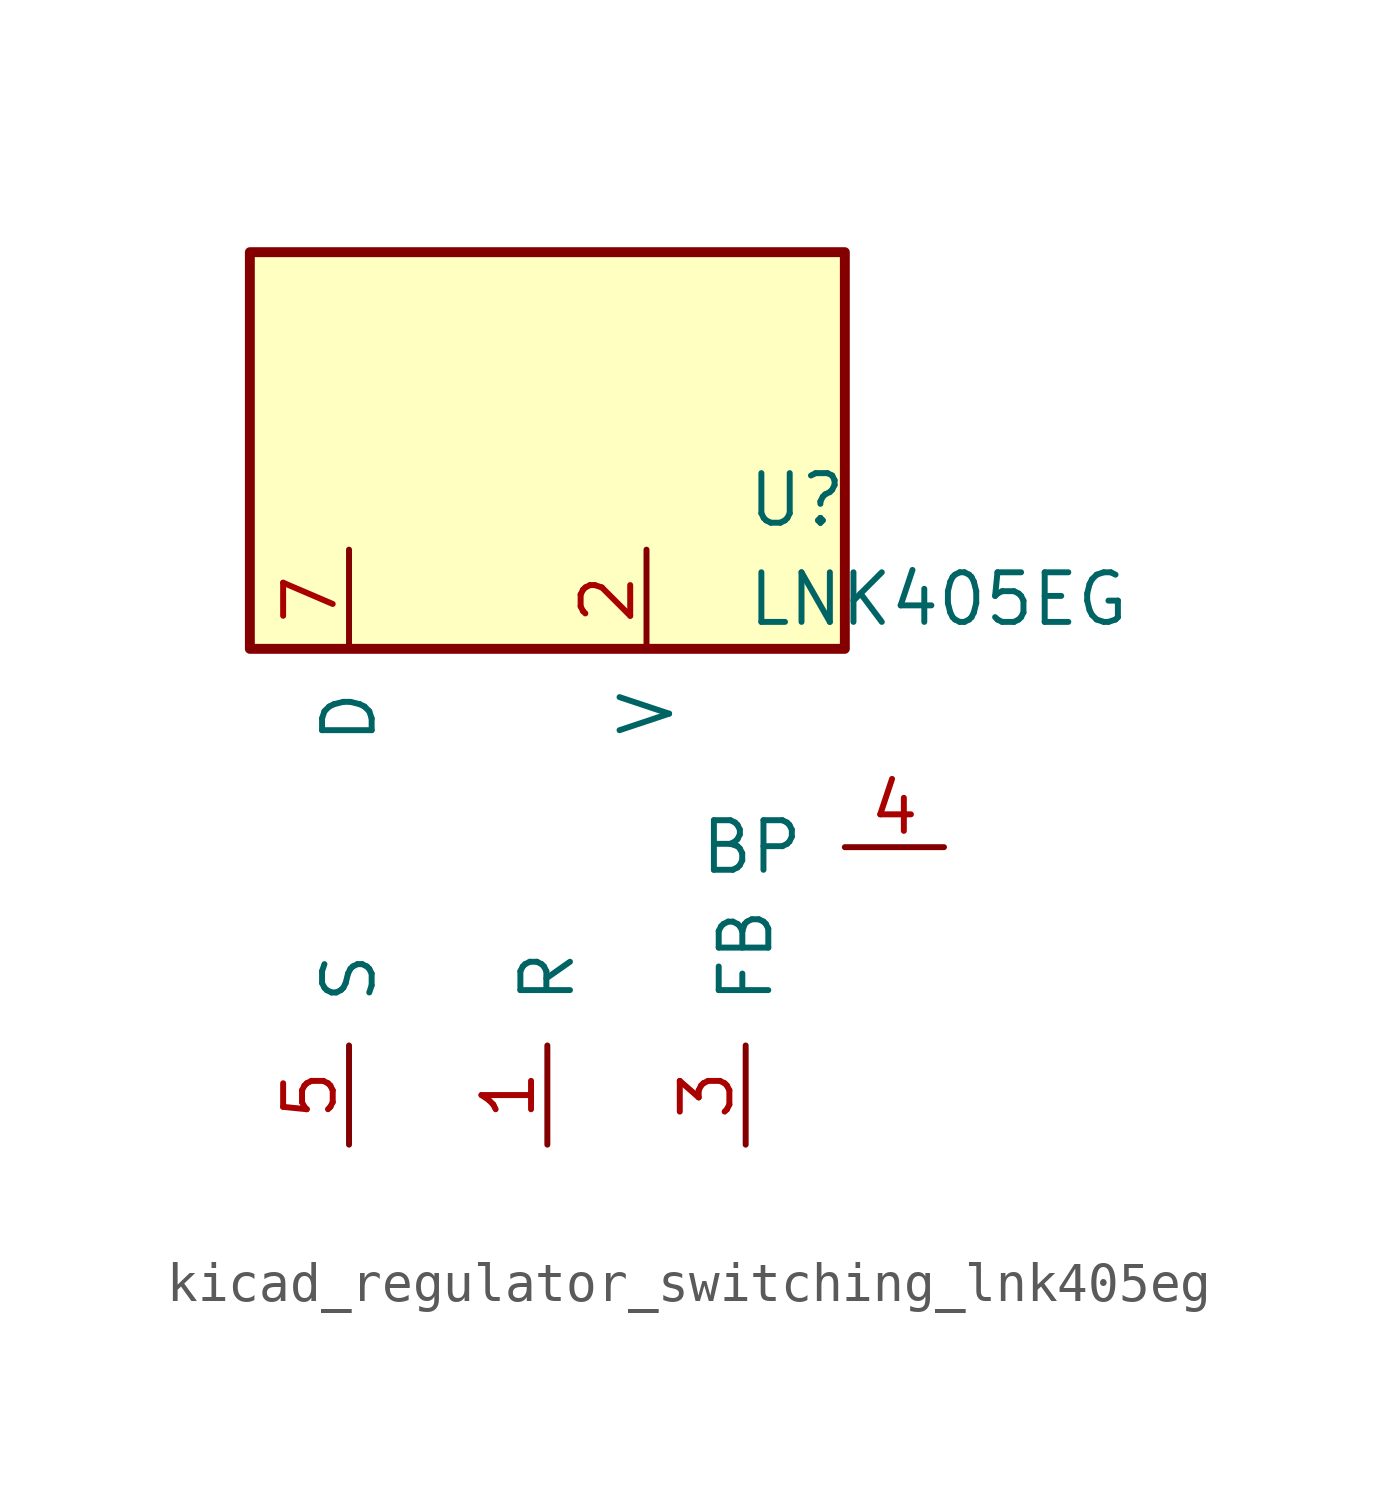
<source format=kicad_sym>
(kicad_symbol_lib
  (version 20220914)
  (generator kicad_symbol_editor)
  (symbol "kicad_regulator_switching_lnk405eg"
    (pin_names
      (offset 1.016))
    (property "Reference" "U"
      (at 5.08 8.89 0)
      (effects (font (size 1.27 1.27)) (justify left)))
    (property "Value" "LNK405EG"
      (at 5.08 6.35 0)
      (effects (font (size 1.27 1.27)) (justify left)))
    (symbol "kicad_regulator_switching_lnk405eg_0_1"
      (rectangle (start 7.62 15.24) (end -7.62 5.08) (stroke (width 0.254) (type default)) (fill (type background))))
    (symbol "kicad_regulator_switching_lnk405eg_1_1"
      (pin input line (at 0 -7.62 90) (length 2.54) (name "R" (effects (font (size 1.27 1.27)))) (number "1" (effects (font (size 1.27 1.27)))))
      (pin input line (at 2.54 7.62 270) (length 2.54) (name "V" (effects (font (size 1.27 1.27)))) (number "2" (effects (font (size 1.27 1.27)))))
      (pin input line (at 5.08 -7.62 90) (length 2.54) (name "FB" (effects (font (size 1.27 1.27)))) (number "3" (effects (font (size 1.27 1.27)))))
      (pin input line (at 10.16 0 180) (length 2.54) (name "BP" (effects (font (size 1.27 1.27)))) (number "4" (effects (font (size 1.27 1.27)))))
      (pin power_in line (at -5.08 -7.62 90) (length 2.54) (name "S" (effects (font (size 1.27 1.27)))) (number "5" (effects (font (size 1.27 1.27)))))
      (pin open_collector line (at -5.08 7.62 270) (length 2.54) (name "D" (effects (font (size 1.27 1.27)))) (number "7" (effects (font (size 1.27 1.27))))))))
</source>
